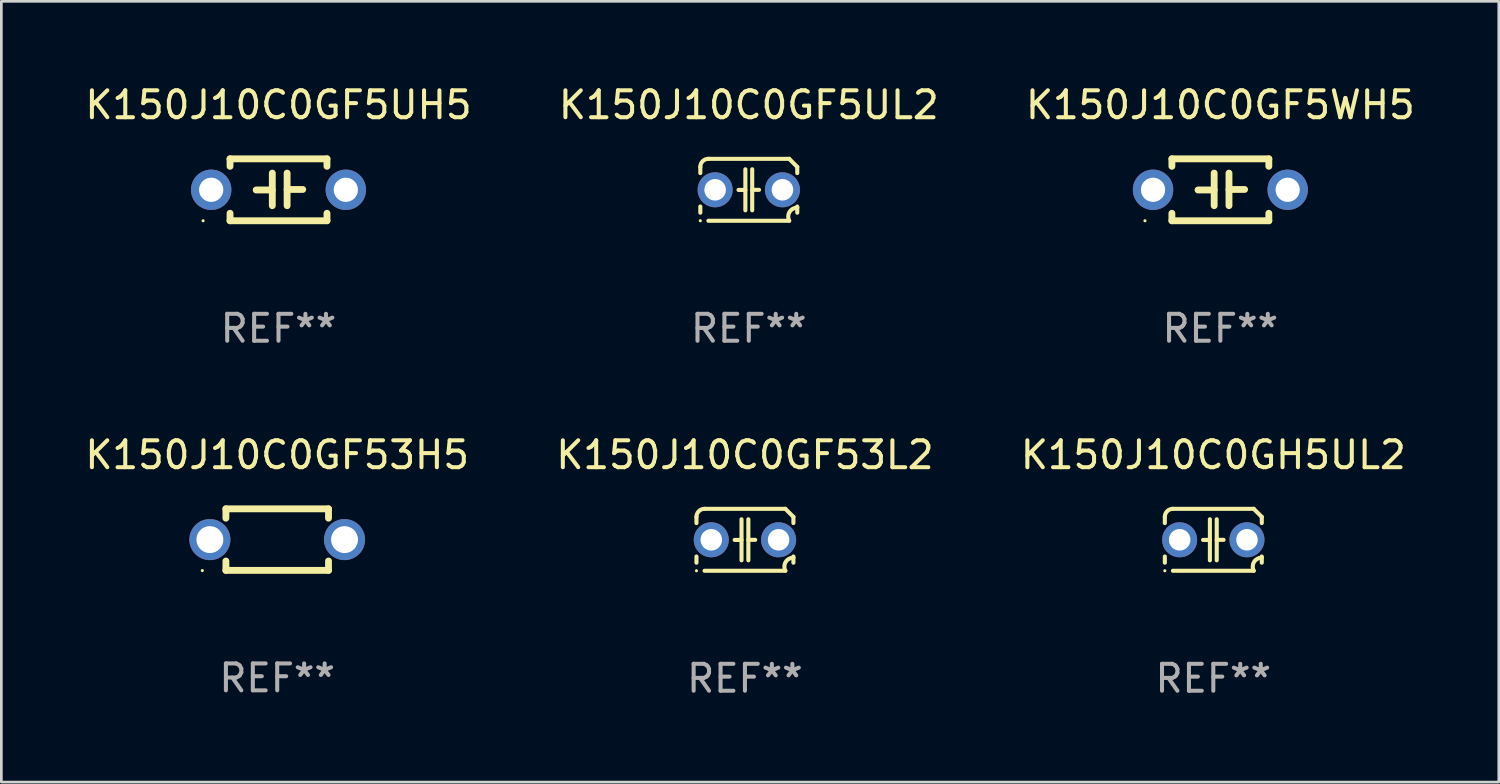
<source format=kicad_pcb>
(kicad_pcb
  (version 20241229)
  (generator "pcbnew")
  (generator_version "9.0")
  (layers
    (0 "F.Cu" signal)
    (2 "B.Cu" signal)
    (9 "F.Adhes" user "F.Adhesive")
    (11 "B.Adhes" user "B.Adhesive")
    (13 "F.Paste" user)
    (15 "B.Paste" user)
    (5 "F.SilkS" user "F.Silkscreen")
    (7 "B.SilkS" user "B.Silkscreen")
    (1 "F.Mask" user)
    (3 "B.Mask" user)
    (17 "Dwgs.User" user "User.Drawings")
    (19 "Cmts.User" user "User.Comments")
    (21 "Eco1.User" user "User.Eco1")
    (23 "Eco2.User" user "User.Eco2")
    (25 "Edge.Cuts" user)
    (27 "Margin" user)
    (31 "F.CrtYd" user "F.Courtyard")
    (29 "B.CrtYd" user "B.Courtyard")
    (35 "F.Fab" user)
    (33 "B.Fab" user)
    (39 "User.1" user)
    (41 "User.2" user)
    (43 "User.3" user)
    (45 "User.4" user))
  (footprint "K150J10C0GF53H5"
    (layer "F.Cu")
    (at 7.244 16.988)
    (property "Reference" "K150J10C0GF53H5" (at 0 -3.143 0) (layer "F.SilkS") (effects (font (size 1 1) (thickness 0.15))))
    (attr through_hole)
    (fp_line (start -1.905 -1.143) (end 1.905 -1.143) (stroke (width 0.254) (type solid)) (layer "F.SilkS"))
    (fp_line (start -1.905 -0.795) (end -1.905 -1.143) (stroke (width 0.254) (type solid)) (layer "F.SilkS"))
    (fp_line (start -1.905 1.143) (end -1.905 0.795) (stroke (width 0.254) (type solid)) (layer "F.SilkS"))
    (fp_line (start 1.905 -1.143) (end 1.905 -0.795) (stroke (width 0.254) (type solid)) (layer "F.SilkS"))
    (fp_line (start 1.905 0.795) (end 1.905 1.143) (stroke (width 0.254) (type solid)) (layer "F.SilkS"))
    (fp_line (start 1.905 1.143) (end -1.905 1.143) (stroke (width 0.254) (type solid)) (layer "F.SilkS"))
    (fp_circle (center -2.781 1.15) (end -2.751 1.15) (stroke (width 0.06) (type solid)) (fill no) (layer "F.SilkS"))
    (fp_text user "REF**" (at 0 5.143 0) (layer "F.Fab") (effects (font (size 1 1) (thickness 0.15))))
    (pad "1" thru_hole circle (at -2.5 0) (size 1.524 1.524) (drill 1) (layers "*.Cu" "*.Mask"))
    (pad "2" thru_hole circle (at 2.5 0) (size 1.524 1.524) (drill 1) (layers "*.Cu" "*.Mask")))
  (footprint "K150J10C0GF5UL2"
    (layer "F.Cu")
    (at 24.756 3.998)
    (property "Reference" "K150J10C0GF5UL2" (at 0 -3.15 0) (layer "F.SilkS") (effects (font (size 1 1) (thickness 0.15))))
    (attr through_hole)
    (fp_line (start -1.8 -0.621) (end -1.8 -0.85) (stroke (width 0.152) (type solid)) (layer "F.SilkS"))
    (fp_line (start -1.8 0.85) (end -1.8 0.621) (stroke (width 0.152) (type solid)) (layer "F.SilkS"))
    (fp_line (start -1.5 -1.15) (end 1.5 -1.15) (stroke (width 0.152) (type solid)) (layer "F.SilkS"))
    (fp_line (start -0.127 -0.762) (end -0.127 0.762) (stroke (width 0.152) (type solid)) (layer "F.SilkS"))
    (fp_line (start -0.127 0.005) (end -0.381 0.005) (stroke (width 0.152) (type solid)) (layer "F.SilkS"))
    (fp_line (start 0.127 -0.762) (end 0.127 0.762) (stroke (width 0.152) (type solid)) (layer "F.SilkS"))
    (fp_line (start 0.127 0.002) (end 0.381 0.002) (stroke (width 0.152) (type solid)) (layer "F.SilkS"))
    (fp_line (start 1.5 1.15) (end -1.5 1.15) (stroke (width 0.152) (type solid)) (layer "F.SilkS"))
    (fp_line (start 1.8 -0.85) (end 1.8 -0.621) (stroke (width 0.152) (type solid)) (layer "F.SilkS"))
    (fp_line (start 1.8 0.621) (end 1.8 0.85) (stroke (width 0.152) (type solid)) (layer "F.SilkS"))
    (fp_arc (start -1.799975 -0.849987) (mid -1.712107 -1.062119) (end -1.499975 -1.149987) (stroke (width 0.151994) (type solid)) (layer "F.SilkS"))
    (fp_arc (start 1.499975 1.149987) (mid 1.513726 0.822359) (end 1.799975 0.662387) (stroke (width 0.151994) (type solid)) (layer "F.SilkS"))
    (fp_arc (start 1.500001 -1.149986) (mid 1.650015 -1.000001) (end 1.8 -0.849987) (stroke (width 0.151994) (type solid)) (layer "F.SilkS"))
    (fp_circle (center -1.8 1.15) (end -1.77 1.15) (stroke (width 0.06) (type solid)) (fill no) (layer "F.SilkS"))
    (fp_text user "REF**" (at 0 5.15 0) (layer "F.Fab") (effects (font (size 1 1) (thickness 0.15))))
    (pad "1" thru_hole circle (at -1.25 0) (size 1.3 1.3) (drill 0.8) (layers "*.Cu" "*.Mask"))
    (pad "2" thru_hole circle (at 1.25 0) (size 1.3 1.3) (drill 0.8) (layers "*.Cu" "*.Mask")))
  (footprint "K150J10C0GH5UL2"
    (layer "F.Cu")
    (at 42.006 16.995)
    (property "Reference" "K150J10C0GH5UL2" (at 0 -3.15 0) (layer "F.SilkS") (effects (font (size 1 1) (thickness 0.15))))
    (attr through_hole)
    (fp_line (start -1.8 -0.621) (end -1.8 -0.85) (stroke (width 0.152) (type solid)) (layer "F.SilkS"))
    (fp_line (start -1.8 0.85) (end -1.8 0.621) (stroke (width 0.152) (type solid)) (layer "F.SilkS"))
    (fp_line (start -1.5 -1.15) (end 1.5 -1.15) (stroke (width 0.152) (type solid)) (layer "F.SilkS"))
    (fp_line (start -0.127 -0.762) (end -0.127 0.762) (stroke (width 0.152) (type solid)) (layer "F.SilkS"))
    (fp_line (start -0.127 0.005) (end -0.381 0.005) (stroke (width 0.152) (type solid)) (layer "F.SilkS"))
    (fp_line (start 0.127 -0.762) (end 0.127 0.762) (stroke (width 0.152) (type solid)) (layer "F.SilkS"))
    (fp_line (start 0.127 0.002) (end 0.381 0.002) (stroke (width 0.152) (type solid)) (layer "F.SilkS"))
    (fp_line (start 1.5 1.15) (end -1.5 1.15) (stroke (width 0.152) (type solid)) (layer "F.SilkS"))
    (fp_line (start 1.8 -0.85) (end 1.8 -0.621) (stroke (width 0.152) (type solid)) (layer "F.SilkS"))
    (fp_line (start 1.8 0.621) (end 1.8 0.85) (stroke (width 0.152) (type solid)) (layer "F.SilkS"))
    (fp_arc (start -1.799975 -0.849987) (mid -1.712107 -1.062119) (end -1.499975 -1.149987) (stroke (width 0.151994) (type solid)) (layer "F.SilkS"))
    (fp_arc (start 1.499975 1.149987) (mid 1.513726 0.822359) (end 1.799975 0.662387) (stroke (width 0.151994) (type solid)) (layer "F.SilkS"))
    (fp_arc (start 1.500001 -1.149986) (mid 1.650015 -1.000001) (end 1.8 -0.849987) (stroke (width 0.151994) (type solid)) (layer "F.SilkS"))
    (fp_circle (center -1.8 1.15) (end -1.77 1.15) (stroke (width 0.06) (type solid)) (fill no) (layer "F.SilkS"))
    (fp_text user "REF**" (at 0 5.15 0) (layer "F.Fab") (effects (font (size 1 1) (thickness 0.15))))
    (pad "1" thru_hole circle (at -1.25 0) (size 1.3 1.3) (drill 0.8) (layers "*.Cu" "*.Mask"))
    (pad "2" thru_hole circle (at 1.25 0) (size 1.3 1.3) (drill 0.8) (layers "*.Cu" "*.Mask")))
  (footprint "K150J10C0GF5WH5"
    (layer "F.Cu")
    (at 42.268 3.998)
    (property "Reference" "K150J10C0GF5WH5" (at 0 -3.15 0) (layer "F.SilkS") (effects (font (size 1 1) (thickness 0.15))))
    (attr through_hole)
    (fp_line (start -1.8 -1.15) (end -1.8 -0.872) (stroke (width 0.254) (type solid)) (layer "F.SilkS"))
    (fp_line (start -1.8 -1.15) (end 1.8 -1.15) (stroke (width 0.254) (type solid)) (layer "F.SilkS"))
    (fp_line (start -1.8 0.872) (end -1.8 1.15) (stroke (width 0.254) (type solid)) (layer "F.SilkS"))
    (fp_line (start -1.8 1.15) (end 1.8 1.15) (stroke (width 0.254) (type solid)) (layer "F.SilkS"))
    (fp_line (start -0.23 -0.62) (end -0.23 0.59) (stroke (width 0.254) (type solid)) (layer "F.SilkS"))
    (fp_line (start -0.23 0.007) (end -0.83 0.007) (stroke (width 0.254) (type solid)) (layer "F.SilkS"))
    (fp_line (start 0.32 -0.62) (end 0.32 0.59) (stroke (width 0.254) (type solid)) (layer "F.SilkS"))
    (fp_line (start 0.32 -0.012) (end 0.9 -0.012) (stroke (width 0.254) (type solid)) (layer "F.SilkS"))
    (fp_line (start 1.8 -1.15) (end 1.8 -0.872) (stroke (width 0.254) (type solid)) (layer "F.SilkS"))
    (fp_line (start 1.8 0.872) (end 1.8 1.15) (stroke (width 0.254) (type solid)) (layer "F.SilkS"))
    (fp_circle (center -2.8 1.15) (end -2.77 1.15) (stroke (width 0.06) (type solid)) (fill no) (layer "F.SilkS"))
    (fp_text user "REF**" (at 0 5.15 0) (layer "F.Fab") (effects (font (size 1 1) (thickness 0.15))))
    (pad "1" thru_hole circle (at -2.5 0) (size 1.5 1.5) (drill 0.9) (layers "*.Cu" "*.Mask"))
    (pad "2" thru_hole circle (at 2.5 0) (size 1.5 1.5) (drill 0.9) (layers "*.Cu" "*.Mask")))
  (footprint "K150J10C0GF53L2"
    (layer "F.Cu")
    (at 24.613 16.995)
    (property "Reference" "K150J10C0GF53L2" (at 0 -3.15 0) (layer "F.SilkS") (effects (font (size 1 1) (thickness 0.15))))
    (attr through_hole)
    (fp_line (start -1.8 -0.621) (end -1.8 -0.85) (stroke (width 0.152) (type solid)) (layer "F.SilkS"))
    (fp_line (start -1.8 0.85) (end -1.8 0.621) (stroke (width 0.152) (type solid)) (layer "F.SilkS"))
    (fp_line (start -1.5 -1.15) (end 1.5 -1.15) (stroke (width 0.152) (type solid)) (layer "F.SilkS"))
    (fp_line (start -0.127 -0.762) (end -0.127 0.762) (stroke (width 0.152) (type solid)) (layer "F.SilkS"))
    (fp_line (start -0.127 0.005) (end -0.381 0.005) (stroke (width 0.152) (type solid)) (layer "F.SilkS"))
    (fp_line (start 0.127 -0.762) (end 0.127 0.762) (stroke (width 0.152) (type solid)) (layer "F.SilkS"))
    (fp_line (start 0.127 0.002) (end 0.381 0.002) (stroke (width 0.152) (type solid)) (layer "F.SilkS"))
    (fp_line (start 1.5 1.15) (end -1.5 1.15) (stroke (width 0.152) (type solid)) (layer "F.SilkS"))
    (fp_line (start 1.8 -0.85) (end 1.8 -0.621) (stroke (width 0.152) (type solid)) (layer "F.SilkS"))
    (fp_line (start 1.8 0.621) (end 1.8 0.85) (stroke (width 0.152) (type solid)) (layer "F.SilkS"))
    (fp_arc (start -1.799975 -0.849987) (mid -1.712107 -1.062119) (end -1.499975 -1.149987) (stroke (width 0.151994) (type solid)) (layer "F.SilkS"))
    (fp_arc (start 1.499975 1.149987) (mid 1.513726 0.822359) (end 1.799975 0.662387) (stroke (width 0.151994) (type solid)) (layer "F.SilkS"))
    (fp_arc (start 1.500001 -1.149986) (mid 1.650015 -1.000001) (end 1.8 -0.849987) (stroke (width 0.151994) (type solid)) (layer "F.SilkS"))
    (fp_circle (center -1.8 1.15) (end -1.77 1.15) (stroke (width 0.06) (type solid)) (fill no) (layer "F.SilkS"))
    (fp_text user "REF**" (at 0 5.15 0) (layer "F.Fab") (effects (font (size 1 1) (thickness 0.15))))
    (pad "1" thru_hole circle (at -1.25 0) (size 1.3 1.3) (drill 0.8) (layers "*.Cu" "*.Mask"))
    (pad "2" thru_hole circle (at 1.25 0) (size 1.3 1.3) (drill 0.8) (layers "*.Cu" "*.Mask")))
  (footprint "K150J10C0GF5UH5"
    (layer "F.Cu")
    (at 7.292 3.998)
    (property "Reference" "K150J10C0GF5UH5" (at 0 -3.15 0) (layer "F.SilkS") (effects (font (size 1 1) (thickness 0.15))))
    (attr through_hole)
    (fp_line (start -1.8 -1.15) (end -1.8 -0.872) (stroke (width 0.254) (type solid)) (layer "F.SilkS"))
    (fp_line (start -1.8 -1.15) (end 1.8 -1.15) (stroke (width 0.254) (type solid)) (layer "F.SilkS"))
    (fp_line (start -1.8 0.872) (end -1.8 1.15) (stroke (width 0.254) (type solid)) (layer "F.SilkS"))
    (fp_line (start -1.8 1.15) (end 1.8 1.15) (stroke (width 0.254) (type solid)) (layer "F.SilkS"))
    (fp_line (start -0.23 -0.62) (end -0.23 0.59) (stroke (width 0.254) (type solid)) (layer "F.SilkS"))
    (fp_line (start -0.23 0.007) (end -0.83 0.007) (stroke (width 0.254) (type solid)) (layer "F.SilkS"))
    (fp_line (start 0.32 -0.62) (end 0.32 0.59) (stroke (width 0.254) (type solid)) (layer "F.SilkS"))
    (fp_line (start 0.32 -0.012) (end 0.9 -0.012) (stroke (width 0.254) (type solid)) (layer "F.SilkS"))
    (fp_line (start 1.8 -1.15) (end 1.8 -0.872) (stroke (width 0.254) (type solid)) (layer "F.SilkS"))
    (fp_line (start 1.8 0.872) (end 1.8 1.15) (stroke (width 0.254) (type solid)) (layer "F.SilkS"))
    (fp_circle (center -2.8 1.15) (end -2.77 1.15) (stroke (width 0.06) (type solid)) (fill no) (layer "F.SilkS"))
    (fp_text user "REF**" (at 0 5.15 0) (layer "F.Fab") (effects (font (size 1 1) (thickness 0.15))))
    (pad "1" thru_hole circle (at -2.5 0) (size 1.5 1.5) (drill 0.9) (layers "*.Cu" "*.Mask"))
    (pad "2" thru_hole circle (at 2.5 0) (size 1.5 1.5) (drill 0.9) (layers "*.Cu" "*.Mask")))
  (gr_rect
    (start -3 -3)
    (end 52.607 25.993)
    (stroke (width 0.1) (type default))
    (fill no)
    (layer "Edge.Cuts")))
</source>
